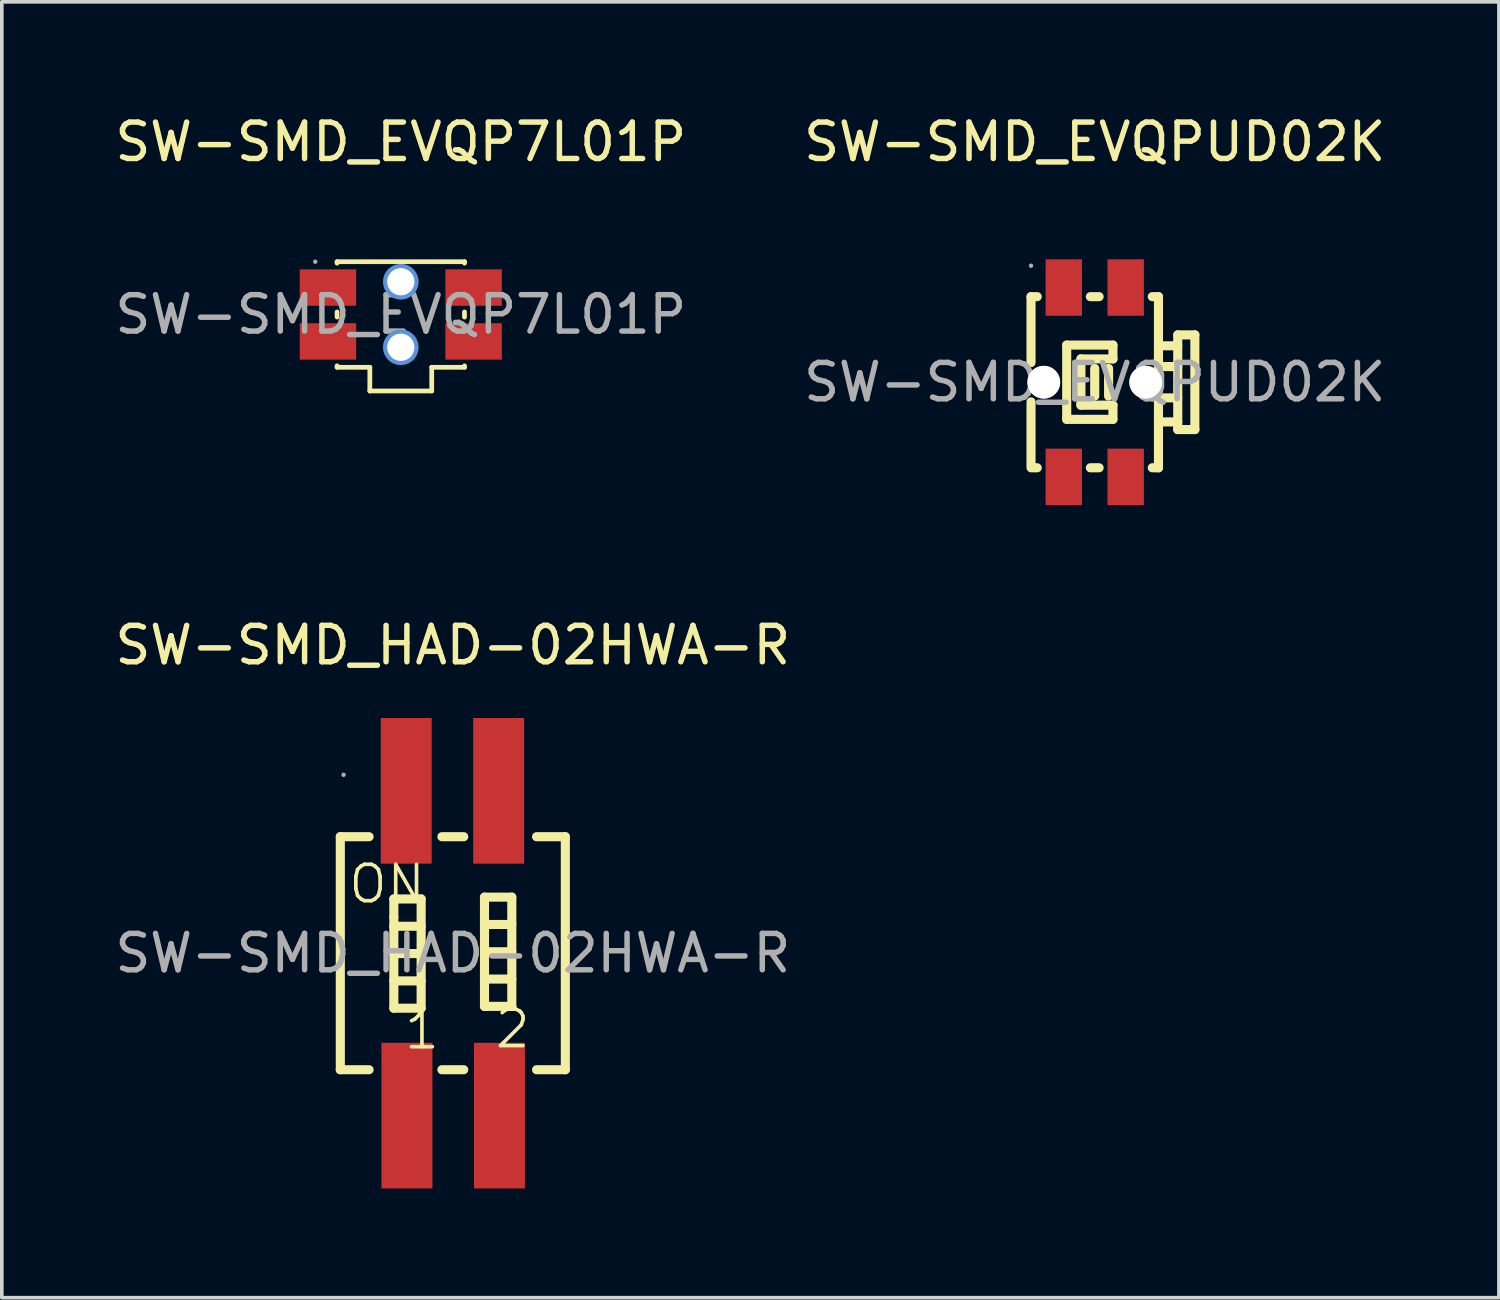
<source format=kicad_pcb>
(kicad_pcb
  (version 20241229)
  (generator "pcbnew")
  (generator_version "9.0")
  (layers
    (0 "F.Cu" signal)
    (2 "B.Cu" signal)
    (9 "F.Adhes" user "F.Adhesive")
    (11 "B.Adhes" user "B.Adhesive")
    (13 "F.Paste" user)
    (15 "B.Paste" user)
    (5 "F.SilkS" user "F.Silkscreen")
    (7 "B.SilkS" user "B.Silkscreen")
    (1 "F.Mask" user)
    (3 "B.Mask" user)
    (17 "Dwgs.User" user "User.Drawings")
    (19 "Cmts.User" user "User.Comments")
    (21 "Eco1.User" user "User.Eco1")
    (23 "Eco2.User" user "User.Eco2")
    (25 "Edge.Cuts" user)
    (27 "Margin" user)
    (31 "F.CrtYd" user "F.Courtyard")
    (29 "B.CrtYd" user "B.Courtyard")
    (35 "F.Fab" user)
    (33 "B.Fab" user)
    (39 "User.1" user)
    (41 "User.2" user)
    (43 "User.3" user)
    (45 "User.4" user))
  (footprint "SW-SMD_EVQPUD02K"
    (layer "F.Cu")
    (at 27.018 7.448)
    (property "Reference" "SW-SMD_EVQPUD02K" (at 0 -6.6 0) (layer "F.SilkS") (effects (font (size 1 1) (thickness 0.15))))
    (attr through_hole)
    (fp_line (start -1.75 -2.35) (end -1.75 -0.54) (stroke (width 0.25) (type solid)) (layer "F.SilkS"))
    (fp_line (start -1.75 0.54) (end -1.75 2.28) (stroke (width 0.25) (type solid)) (layer "F.SilkS"))
    (fp_line (start -1.75 2.35) (end -1.58 2.35) (stroke (width 0.25) (type solid)) (layer "F.SilkS"))
    (fp_line (start -1.58 -2.35) (end -1.75 -2.35) (stroke (width 0.25) (type solid)) (layer "F.SilkS"))
    (fp_line (start -0.77 -1.02) (end 0.5 -1.02) (stroke (width 0.25) (type solid)) (layer "F.SilkS"))
    (fp_line (start -0.77 1.02) (end -0.77 -1.02) (stroke (width 0.25) (type solid)) (layer "F.SilkS"))
    (fp_line (start -0.38 -0.64) (end 0.5 -0.64) (stroke (width 0.25) (type solid)) (layer "F.SilkS"))
    (fp_line (start -0.38 0.63) (end -0.38 -0.64) (stroke (width 0.25) (type solid)) (layer "F.SilkS"))
    (fp_line (start -0.12 2.35) (end 0.12 2.35) (stroke (width 0.25) (type solid)) (layer "F.SilkS"))
    (fp_line (start 0 0.38) (end 0 -0.38) (stroke (width 0.25) (type solid)) (layer "F.SilkS"))
    (fp_line (start 0.12 -2.35) (end -0.12 -2.35) (stroke (width 0.25) (type solid)) (layer "F.SilkS"))
    (fp_line (start 0.38 0.38) (end 0.38 -0.38) (stroke (width 0.25) (type solid)) (layer "F.SilkS"))
    (fp_line (start 0.5 -0.64) (end 0.5 -1.02) (stroke (width 0.25) (type solid)) (layer "F.SilkS"))
    (fp_line (start 0.5 0.63) (end -0.38 0.63) (stroke (width 0.25) (type solid)) (layer "F.SilkS"))
    (fp_line (start 0.5 1.02) (end -0.77 1.02) (stroke (width 0.25) (type solid)) (layer "F.SilkS"))
    (fp_line (start 0.5 1.02) (end 0.5 0.63) (stroke (width 0.25) (type solid)) (layer "F.SilkS"))
    (fp_line (start 1.58 2.35) (end 1.75 2.35) (stroke (width 0.25) (type solid)) (layer "F.SilkS"))
    (fp_line (start 1.75 -2.35) (end 1.58 -2.35) (stroke (width 0.25) (type solid)) (layer "F.SilkS"))
    (fp_line (start 1.75 -2.35) (end 1.75 -0.54) (stroke (width 0.25) (type solid)) (layer "F.SilkS"))
    (fp_line (start 1.75 0.54) (end 1.75 2.35) (stroke (width 0.25) (type solid)) (layer "F.SilkS"))
    (fp_line (start 2.28 -1) (end 1.75 -1) (stroke (width 0.25) (type solid)) (layer "F.SilkS"))
    (fp_line (start 2.28 -0.43) (end 1.75 -0.43) (stroke (width 0.25) (type solid)) (layer "F.SilkS"))
    (fp_line (start 2.28 0.43) (end 1.75 0.43) (stroke (width 0.25) (type solid)) (layer "F.SilkS"))
    (fp_line (start 2.28 1.09) (end 1.75 1.09) (stroke (width 0.25) (type solid)) (layer "F.SilkS"))
    (fp_line (start 2.28 1.3) (end 2.28 -1.3) (stroke (width 0.25) (type solid)) (layer "F.SilkS"))
    (fp_line (start 2.75 -1.3) (end 2.28 -1.3) (stroke (width 0.25) (type solid)) (layer "F.SilkS"))
    (fp_line (start 2.75 1.3) (end 2.28 1.3) (stroke (width 0.25) (type solid)) (layer "F.SilkS"))
    (fp_line (start 2.75 1.3) (end 2.75 -1.3) (stroke (width 0.25) (type solid)) (layer "F.SilkS"))
    (fp_circle (center -1.4 0) (end -1.24 0) (stroke (width 0.32) (type solid)) (fill no) (layer "Cmts.User"))
    (fp_circle (center 1.4 0) (end 1.56 0) (stroke (width 0.32) (type solid)) (fill no) (layer "Cmts.User"))
    (fp_circle (center -1.75 -3.2) (end -1.72 -3.2) (stroke (width 0.06) (type solid)) (fill no) (layer "F.Fab"))
    (fp_text user "${REFERENCE}" (at 0 0 0) (layer "F.Fab") (effects (font (size 1 1) (thickness 0.15))))
    (pad "" thru_hole circle (at -1.4 0) (size 0.9 0.9) (drill 0.9) (layers "*.Cu" "*.Mask"))
    (pad "" thru_hole circle (at 1.4 0) (size 0.9 0.9) (drill 0.9) (layers "*.Cu" "*.Mask"))
    (pad "1" smd rect (at -0.85 -2.6 180) (size 1 1.55) (layers "F.Cu" "F.Mask" "F.Paste"))
    (pad "2" smd rect (at 0.85 -2.6 180) (size 1 1.55) (layers "F.Cu" "F.Mask" "F.Paste"))
    (pad "3" smd rect (at -0.85 2.6 180) (size 1 1.55) (layers "F.Cu" "F.Mask" "F.Paste"))
    (pad "4" smd rect (at 0.85 2.6 180) (size 1 1.55) (layers "F.Cu" "F.Mask" "F.Paste")))
  (footprint "SW-SMD_HAD-02HWA-R"
    (layer "F.Cu")
    (at 9.387 23.131)
    (property "Reference" "SW-SMD_HAD-02HWA-R" (at 0 -8.46 0) (layer "F.SilkS") (effects (font (size 1 1) (thickness 0.15))))
    (attr through_hole)
    (fp_line (start -3.09 -3.2) (end -3.09 3.2) (stroke (width 0.25) (type solid)) (layer "F.SilkS"))
    (fp_line (start -3.09 -3.2) (end -2.3 -3.2) (stroke (width 0.25) (type solid)) (layer "F.SilkS"))
    (fp_line (start -3.09 3.2) (end -2.3 3.2) (stroke (width 0.25) (type solid)) (layer "F.SilkS"))
    (fp_line (start -1.62 -1.49) (end -0.87 -1.49) (stroke (width 0.25) (type solid)) (layer "F.SilkS"))
    (fp_line (start -1.62 -0.99) (end -1.62 -1.49) (stroke (width 0.25) (type solid)) (layer "F.SilkS"))
    (fp_line (start -1.62 -0.74) (end -0.87 -0.74) (stroke (width 0.25) (type solid)) (layer "F.SilkS"))
    (fp_line (start -1.62 0.01) (end -0.87 0.01) (stroke (width 0.25) (type solid)) (layer "F.SilkS"))
    (fp_line (start -1.62 0.76) (end -0.87 0.76) (stroke (width 0.25) (type solid)) (layer "F.SilkS"))
    (fp_line (start -1.62 1.51) (end -1.62 -0.99) (stroke (width 0.25) (type solid)) (layer "F.SilkS"))
    (fp_line (start -0.87 -1.49) (end -0.87 1.51) (stroke (width 0.25) (type solid)) (layer "F.SilkS"))
    (fp_line (start -0.87 1.51) (end -1.62 1.51) (stroke (width 0.25) (type solid)) (layer "F.SilkS"))
    (fp_line (start -0.3 -3.2) (end 0.3 -3.2) (stroke (width 0.25) (type solid)) (layer "F.SilkS"))
    (fp_line (start -0.3 3.2) (end 0.3 3.2) (stroke (width 0.25) (type solid)) (layer "F.SilkS"))
    (fp_line (start 0.87 -1.54) (end 1.62 -1.54) (stroke (width 0.25) (type solid)) (layer "F.SilkS"))
    (fp_line (start 0.87 -1.04) (end 0.87 -1.54) (stroke (width 0.25) (type solid)) (layer "F.SilkS"))
    (fp_line (start 0.87 -0.79) (end 1.62 -0.79) (stroke (width 0.25) (type solid)) (layer "F.SilkS"))
    (fp_line (start 0.87 -0.04) (end 1.62 -0.04) (stroke (width 0.25) (type solid)) (layer "F.SilkS"))
    (fp_line (start 0.87 0.71) (end 1.62 0.71) (stroke (width 0.25) (type solid)) (layer "F.SilkS"))
    (fp_line (start 0.87 1.46) (end 0.87 -1.04) (stroke (width 0.25) (type solid)) (layer "F.SilkS"))
    (fp_line (start 1.62 -1.54) (end 1.62 1.46) (stroke (width 0.25) (type solid)) (layer "F.SilkS"))
    (fp_line (start 1.62 1.46) (end 0.87 1.46) (stroke (width 0.25) (type solid)) (layer "F.SilkS"))
    (fp_line (start 2.3 -3.2) (end 3.09 -3.2) (stroke (width 0.25) (type solid)) (layer "F.SilkS"))
    (fp_line (start 2.3 3.2) (end 3.09 3.2) (stroke (width 0.25) (type solid)) (layer "F.SilkS"))
    (fp_line (start 3.09 -3.2) (end 3.09 3.2) (stroke (width 0.25) (type solid)) (layer "F.SilkS"))
    (fp_circle (center -3 -4.9) (end -2.97 -4.9) (stroke (width 0.06) (type solid)) (fill no) (layer "F.Fab"))
    (fp_text user "2" (at 1.1 2.08 0) (layer "F.SilkS") (effects (font (size 1 1) (thickness 0.1)) (justify left)))
    (fp_text user "1" (at -1.39 2.11 0) (layer "F.SilkS") (effects (font (size 1 1) (thickness 0.1)) (justify left)))
    (fp_text user "ON" (at -2.92 -1.9 0) (layer "F.SilkS") (effects (font (size 1 1) (thickness 0.1)) (justify left)))
    (fp_text user "${REFERENCE}" (at 0 0 0) (layer "F.Fab") (effects (font (size 1 1) (thickness 0.15))))
    (pad "1" smd rect (at -1.28 -4.46) (size 1.4 4) (layers "F.Cu" "F.Mask" "F.Paste"))
    (pad "2" smd rect (at 1.26 -4.46) (size 1.4 4) (layers "F.Cu" "F.Mask" "F.Paste"))
    (pad "3" smd rect (at 1.28 4.46 180) (size 1.4 4) (layers "F.Cu" "F.Mask" "F.Paste"))
    (pad "4" smd rect (at -1.26 4.46 180) (size 1.4 4) (layers "F.Cu" "F.Mask" "F.Paste")))
  (footprint "SW-SMD_EVQP7L01P"
    (layer "F.Cu")
    (at 7.958 5.588)
    (property "Reference" "SW-SMD_EVQP7L01P" (at 0 -4.74 0) (layer "F.SilkS") (effects (font (size 1 1) (thickness 0.15))))
    (attr through_hole)
    (fp_line (start -1.75 -1.45) (end 1.75 -1.45) (stroke (width 0.13) (type solid)) (layer "F.SilkS"))
    (fp_line (start -1.75 -1.41) (end -1.75 -1.45) (stroke (width 0.13) (type solid)) (layer "F.SilkS"))
    (fp_line (start -1.75 0.07) (end -1.75 -0.07) (stroke (width 0.13) (type solid)) (layer "F.SilkS"))
    (fp_line (start -1.75 1.45) (end -1.75 1.41) (stroke (width 0.13) (type solid)) (layer "F.SilkS"))
    (fp_line (start -0.85 1.45) (end -1.75 1.45) (stroke (width 0.13) (type solid)) (layer "F.SilkS"))
    (fp_line (start -0.85 2.1) (end -0.85 1.45) (stroke (width 0.13) (type solid)) (layer "F.SilkS"))
    (fp_line (start 0.85 1.45) (end 0.85 2.1) (stroke (width 0.13) (type solid)) (layer "F.SilkS"))
    (fp_line (start 0.85 2.1) (end -0.85 2.1) (stroke (width 0.13) (type solid)) (layer "F.SilkS"))
    (fp_line (start 1.75 -1.45) (end 1.75 -1.41) (stroke (width 0.13) (type solid)) (layer "F.SilkS"))
    (fp_line (start 1.75 -0.07) (end 1.75 0.07) (stroke (width 0.13) (type solid)) (layer "F.SilkS"))
    (fp_line (start 1.75 1.41) (end 1.75 1.45) (stroke (width 0.13) (type solid)) (layer "F.SilkS"))
    (fp_line (start 1.75 1.45) (end 0.85 1.45) (stroke (width 0.13) (type solid)) (layer "F.SilkS"))
    (fp_circle (center 0 -0.9) (end 0.16 -0.9) (stroke (width 0.33) (type solid)) (fill no) (layer "Cmts.User"))
    (fp_circle (center 0 0.9) (end 0.16 0.9) (stroke (width 0.33) (type solid)) (fill no) (layer "Cmts.User"))
    (fp_circle (center -2.35 -1.45) (end -2.32 -1.45) (stroke (width 0.06) (type solid)) (fill no) (layer "F.Fab"))
    (fp_text user "${REFERENCE}" (at 0 0 0) (layer "F.Fab") (effects (font (size 1 1) (thickness 0.15))))
    (pad "" thru_hole circle (at 0 -0.9) (size 0.75 0.75) (drill 0.75) (layers "*.Cu" "*.Mask"))
    (pad "" thru_hole circle (at 0 0.9) (size 0.75 0.75) (drill 0.75) (layers "*.Cu" "*.Mask"))
    (pad "1" smd rect (at -2 -0.74) (size 1.55 1) (layers "F.Cu" "F.Mask" "F.Paste"))
    (pad "1'" smd rect (at 2 -0.74) (size 1.55 1) (layers "F.Cu" "F.Mask" "F.Paste"))
    (pad "2" smd rect (at -2 0.74) (size 1.55 1) (layers "F.Cu" "F.Mask" "F.Paste"))
    (pad "2'" smd rect (at 2 0.74) (size 1.55 1) (layers "F.Cu" "F.Mask" "F.Paste")))
  (gr_rect
    (start -3 -3)
    (end 38.119 32.592)
    (stroke (width 0.1) (type default))
    (fill no)
    (layer "Edge.Cuts")))
</source>
